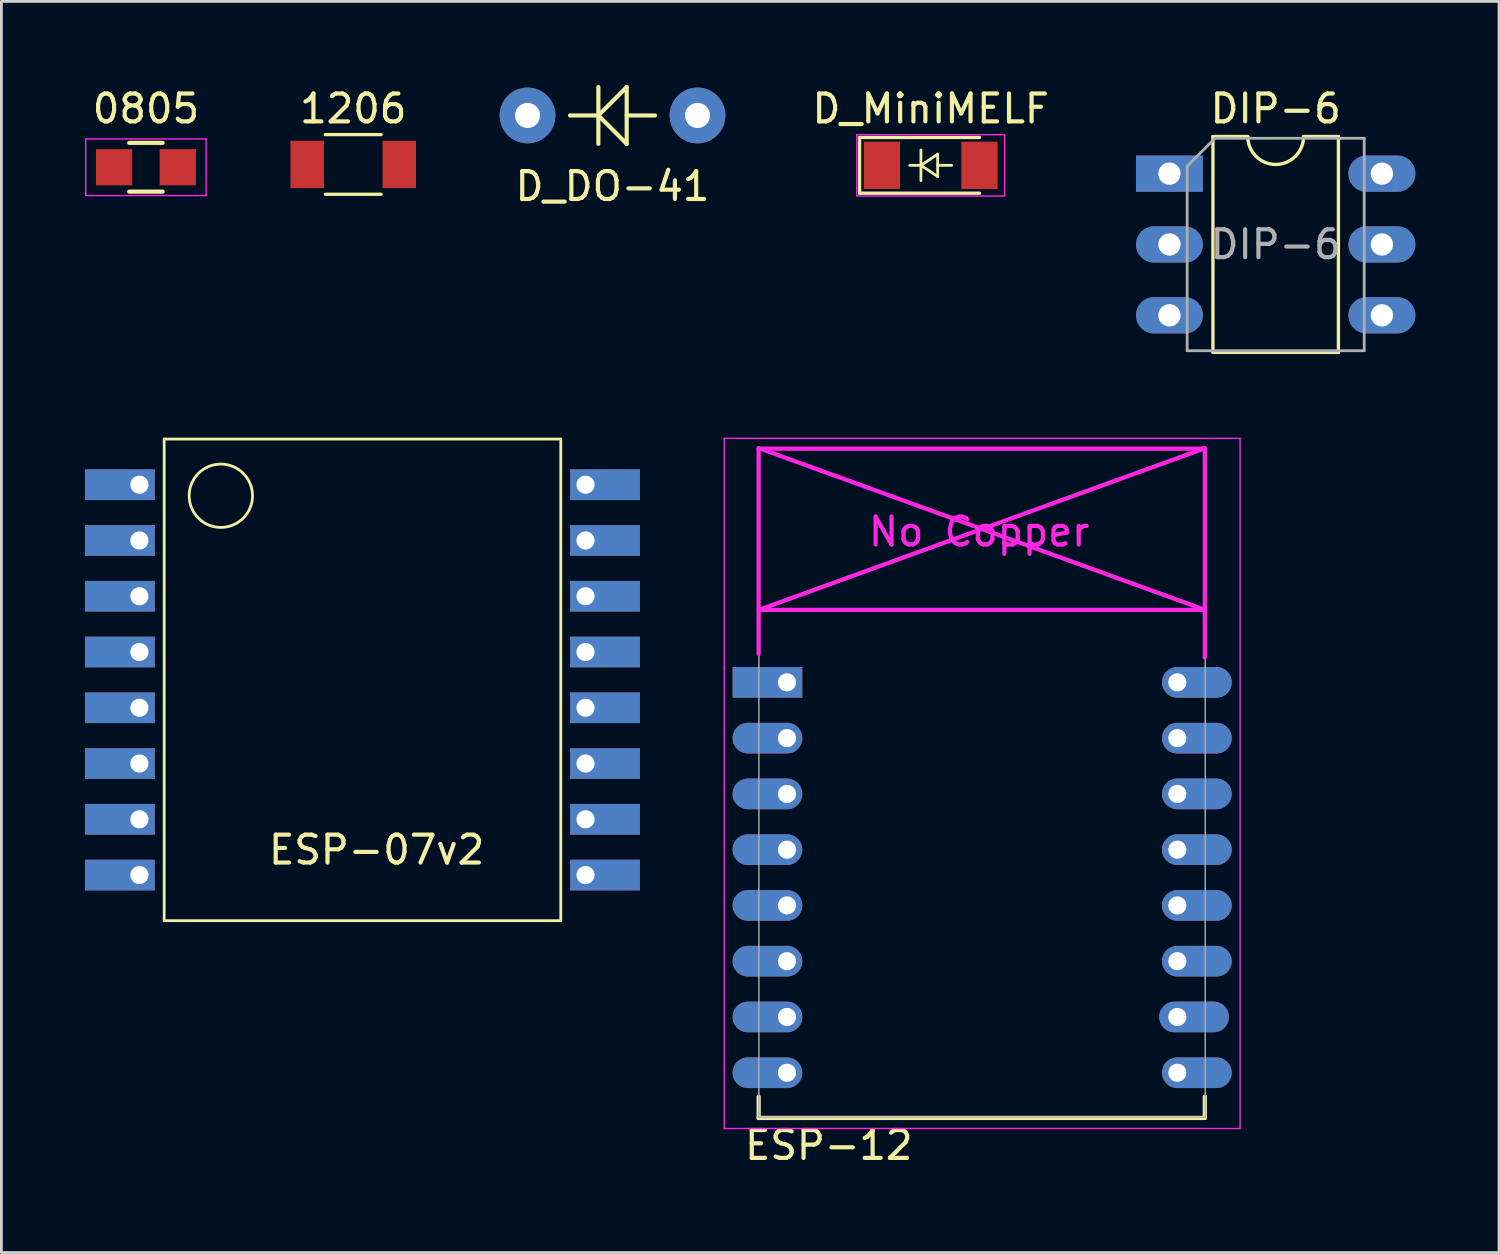
<source format=kicad_pcb>
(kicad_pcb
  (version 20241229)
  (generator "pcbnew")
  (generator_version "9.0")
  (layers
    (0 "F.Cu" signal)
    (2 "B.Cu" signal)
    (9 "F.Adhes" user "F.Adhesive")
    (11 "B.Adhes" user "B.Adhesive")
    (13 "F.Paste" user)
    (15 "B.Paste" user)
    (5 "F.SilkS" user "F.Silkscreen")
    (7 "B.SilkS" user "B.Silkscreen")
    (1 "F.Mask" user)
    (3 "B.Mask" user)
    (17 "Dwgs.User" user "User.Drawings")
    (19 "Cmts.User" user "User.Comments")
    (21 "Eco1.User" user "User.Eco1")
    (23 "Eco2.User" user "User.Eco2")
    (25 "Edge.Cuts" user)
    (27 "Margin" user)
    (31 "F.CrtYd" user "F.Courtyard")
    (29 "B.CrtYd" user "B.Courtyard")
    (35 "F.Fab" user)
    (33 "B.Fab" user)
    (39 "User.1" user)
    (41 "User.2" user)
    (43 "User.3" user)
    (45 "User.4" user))
  (footprint "D_MiniMELF"
    (layer "F.Cu")
    (at 30.329 2.88)
    (property "Reference" "D_MiniMELF" (at 0 -2.032 0) (layer "F.SilkS") (effects (font (size 1 1) (thickness 0.15))))
    (attr smd)
    (fp_line (start -2.55 -1) (end -2.55 1) (stroke (width 0.12) (type solid)) (layer "F.SilkS"))
    (fp_line (start -2.55 1) (end 1.75 1) (stroke (width 0.12) (type solid)) (layer "F.SilkS"))
    (fp_line (start -0.75 0) (end -0.35 0) (stroke (width 0.1) (type solid)) (layer "F.SilkS"))
    (fp_line (start -0.35 0) (end -0.35 -0.55) (stroke (width 0.1) (type solid)) (layer "F.SilkS"))
    (fp_line (start -0.35 0) (end -0.35 0.55) (stroke (width 0.1) (type solid)) (layer "F.SilkS"))
    (fp_line (start -0.35 0) (end 0.25 -0.4) (stroke (width 0.1) (type solid)) (layer "F.SilkS"))
    (fp_line (start 0.25 -0.4) (end 0.25 0.4) (stroke (width 0.1) (type solid)) (layer "F.SilkS"))
    (fp_line (start 0.25 0) (end 0.75 0) (stroke (width 0.1) (type solid)) (layer "F.SilkS"))
    (fp_line (start 0.25 0.4) (end -0.35 0) (stroke (width 0.1) (type solid)) (layer "F.SilkS"))
    (fp_line (start 1.75 -1) (end -2.55 -1) (stroke (width 0.12) (type solid)) (layer "F.SilkS"))
    (fp_line (start -2.65 -1.1) (end 2.65 -1.1) (stroke (width 0.05) (type solid)) (layer "F.CrtYd"))
    (fp_line (start -2.65 1.1) (end -2.65 -1.1) (stroke (width 0.05) (type solid)) (layer "F.CrtYd"))
    (fp_line (start 2.65 -1.1) (end 2.65 1.1) (stroke (width 0.05) (type solid)) (layer "F.CrtYd"))
    (fp_line (start 2.65 1.1) (end -2.65 1.1) (stroke (width 0.05) (type solid)) (layer "F.CrtYd"))
    (pad "1" smd rect (at -1.75 0) (size 1.3 1.7) (layers "F.Cu" "F.Mask" "F.Paste"))
    (pad "2" smd rect (at 1.75 0) (size 1.3 1.7) (layers "F.Cu" "F.Mask" "F.Paste")))
  (footprint "1206"
    (layer "F.Cu")
    (at 9.619 2.848)
    (property "Reference" "1206" (at 0 -2 0) (layer "F.SilkS") (effects (font (size 1 1) (thickness 0.15))))
    (attr smd)
    (fp_line (start -1 -1.07) (end 1 -1.07) (stroke (width 0.12) (type solid)) (layer "F.SilkS"))
    (fp_line (start 1 1.07) (end -1 1.07) (stroke (width 0.12) (type solid)) (layer "F.SilkS"))
    (pad "1" smd rect (at -1.651 0) (size 1.2 1.7) (layers "F.Cu" "F.Mask" "F.Paste"))
    (pad "2" smd rect (at 1.651 0) (size 1.2 1.7) (layers "F.Cu" "F.Mask" "F.Paste")))
  (footprint "0805"
    (layer "F.Cu")
    (at 2.184 2.948)
    (property "Reference" "0805" (at 0 -2.1 0) (layer "F.SilkS") (effects (font (size 1 1) (thickness 0.15))))
    (attr smd)
    (fp_line (start -0.6 -0.875) (end 0.6 -0.875) (stroke (width 0.15) (type solid)) (layer "F.SilkS"))
    (fp_line (start 0.6 0.875) (end -0.6 0.875) (stroke (width 0.15) (type solid)) (layer "F.SilkS"))
    (fp_line (start -2.159 -1.016) (end 2.159 -1.016) (stroke (width 0.05) (type solid)) (layer "F.CrtYd"))
    (fp_line (start -2.159 1.016) (end -2.159 -1.016) (stroke (width 0.05) (type solid)) (layer "F.CrtYd"))
    (fp_line (start -2.032 1.016) (end -2.159 1.016) (stroke (width 0.05) (type solid)) (layer "F.CrtYd"))
    (fp_line (start 2.159 -1.016) (end 2.159 1.016) (stroke (width 0.05) (type solid)) (layer "F.CrtYd"))
    (fp_line (start 2.159 1.016) (end -2.032 1.016) (stroke (width 0.05) (type solid)) (layer "F.CrtYd"))
    (pad "1" smd rect (at -1.143 0) (size 1.3 1.3) (layers "F.Cu" "F.Mask" "F.Paste"))
    (pad "2" smd rect (at 1.143 0) (size 1.3 1.3) (layers "F.Cu" "F.Mask" "F.Paste")))
  (footprint "D_DO-41"
    (layer "F.Cu")
    (at 18.918 1.091)
    (property "Reference" "D_DO-41" (at 0 2.54 0) (layer "F.SilkS") (effects (font (size 1 1) (thickness 0.15))))
    (attr through_hole)
    (fp_line (start -0.508 -1.016) (end -0.508 1.016) (stroke (width 0.15) (type solid)) (layer "F.SilkS"))
    (fp_line (start -0.508 0) (end -1.524 0) (stroke (width 0.15) (type solid)) (layer "F.SilkS"))
    (fp_line (start -0.508 0) (end 0.508 -1.016) (stroke (width 0.15) (type solid)) (layer "F.SilkS"))
    (fp_line (start 0.508 -1.016) (end 0.508 1.016) (stroke (width 0.15) (type solid)) (layer "F.SilkS"))
    (fp_line (start 0.508 0) (end 1.524 0) (stroke (width 0.15) (type solid)) (layer "F.SilkS"))
    (fp_line (start 0.508 1.016) (end -0.508 0) (stroke (width 0.15) (type solid)) (layer "F.SilkS"))
    (pad "1" thru_hole circle (at -3.048 0) (size 2 2) (drill 0.9) (layers "*.Cu" "*.Mask"))
    (pad "2" thru_hole circle (at 3.048 0) (size 2 2) (drill 0.9) (layers "*.Cu" "*.Mask")))
  (footprint "DIP-6"
    (layer "F.Cu")
    (at 42.692 5.67)
    (property "Reference" "DIP-6" (at 0.01 -4.822 0) (layer "F.SilkS") (effects (font (size 1 1) (thickness 0.15))))
    (attr through_hole)
    (fp_line (start -2.24 -3.822) (end -2.24 3.918) (stroke (width 0.12) (type solid)) (layer "F.SilkS"))
    (fp_line (start -2.24 3.918) (end 2.26 3.918) (stroke (width 0.12) (type solid)) (layer "F.SilkS"))
    (fp_line (start -0.99 -3.822) (end -2.24 -3.822) (stroke (width 0.12) (type solid)) (layer "F.SilkS"))
    (fp_line (start 2.26 -3.822) (end 1.01 -3.822) (stroke (width 0.12) (type solid)) (layer "F.SilkS"))
    (fp_line (start 2.26 3.918) (end 2.26 -3.822) (stroke (width 0.12) (type solid)) (layer "F.SilkS"))
    (fp_arc (start 1.01 -3.822) (mid 0.01 -2.822) (end -0.99 -3.822) (stroke (width 0.12) (type solid)) (layer "F.SilkS"))
    (fp_line (start -3.165 -2.762) (end -2.165 -3.762) (stroke (width 0.1) (type solid)) (layer "F.Fab"))
    (fp_line (start -3.165 3.858) (end -3.165 -2.762) (stroke (width 0.1) (type solid)) (layer "F.Fab"))
    (fp_line (start -2.165 -3.762) (end 3.185 -3.762) (stroke (width 0.1) (type solid)) (layer "F.Fab"))
    (fp_line (start 3.185 -3.762) (end 3.185 3.858) (stroke (width 0.1) (type solid)) (layer "F.Fab"))
    (fp_line (start 3.185 3.858) (end -3.165 3.858) (stroke (width 0.1) (type solid)) (layer "F.Fab"))
    (fp_text user "${REFERENCE}" (at 0.01 0.048 0) (layer "F.Fab") (effects (font (size 1 1) (thickness 0.15))))
    (pad "1" thru_hole rect (at -3.8 -2.492) (size 2.4 1.3) (drill 0.8) (layers "*.Cu" "*.Mask"))
    (pad "2" thru_hole oval (at -3.8 0.048) (size 2.4 1.3) (drill 0.8) (layers "*.Cu" "*.Mask"))
    (pad "3" thru_hole oval (at -3.8 2.588) (size 2.4 1.3) (drill 0.8) (layers "*.Cu" "*.Mask"))
    (pad "4" thru_hole oval (at 3.82 2.588) (size 2.4 1.3) (drill 0.8) (layers "*.Cu" "*.Mask"))
    (pad "5" thru_hole oval (at 3.82 0.048) (size 2.4 1.3) (drill 0.8) (layers "*.Cu" "*.Mask"))
    (pad "6" thru_hole oval (at 3.82 -2.492) (size 2.4 1.3) (drill 0.8) (layers "*.Cu" "*.Mask")))
  (footprint "ESP-07v2"
    (layer "F.Cu")
    (at 9.95 21.334)
    (property "Reference" "ESP-07v2" (at 0.508 6.096 0) (layer "F.SilkS") (effects (font (size 1 1) (thickness 0.15))))
    (attr through_hole)
    (fp_line (start -7.112 8.636) (end -7.112 -8.636) (stroke (width 0.1) (type solid)) (layer "F.SilkS"))
    (fp_line (start -7.112 8.636) (end 7.112 8.636) (stroke (width 0.1) (type solid)) (layer "F.SilkS"))
    (fp_line (start 7.112 -8.636) (end -7.112 -8.636) (stroke (width 0.1) (type solid)) (layer "F.SilkS"))
    (fp_line (start 7.112 -8.636) (end 7.112 8.636) (stroke (width 0.1) (type solid)) (layer "F.SilkS"))
    (fp_circle (center -5.08 -6.604) (end -4.572 -5.588) (stroke (width 0.1) (type solid)) (fill no) (layer "F.SilkS"))
    (pad "1" thru_hole rect (at -8 -7) (size 2.5 1.1) (drill 0.65 (offset -0.7 0)) (layers "*.Cu" "*.Mask"))
    (pad "2" thru_hole rect (at -8 -5) (size 2.5 1.1) (drill 0.65 (offset -0.7 0)) (layers "*.Cu" "*.Mask"))
    (pad "3" thru_hole rect (at -8 -3) (size 2.5 1.1) (drill 0.65 (offset -0.7 0)) (layers "*.Cu" "*.Mask"))
    (pad "4" thru_hole rect (at -8 -1) (size 2.5 1.1) (drill 0.65 (offset -0.7 0)) (layers "*.Cu" "*.Mask"))
    (pad "5" thru_hole rect (at -8 1) (size 2.5 1.1) (drill 0.65 (offset -0.7 0)) (layers "*.Cu" "*.Mask"))
    (pad "6" thru_hole rect (at -8 3) (size 2.5 1.1) (drill 0.65 (offset -0.7 0)) (layers "*.Cu" "*.Mask"))
    (pad "7" thru_hole rect (at -8 5) (size 2.5 1.1) (drill 0.65 (offset -0.7 0)) (layers "*.Cu" "*.Mask"))
    (pad "8" thru_hole rect (at -8 7) (size 2.5 1.1) (drill 0.65 (offset -0.7 0)) (layers "*.Cu" "*.Mask"))
    (pad "9" thru_hole rect (at 8 7) (size 2.5 1.1) (drill 0.65 (offset 0.7 0)) (layers "*.Cu" "*.Mask"))
    (pad "10" thru_hole rect (at 8 5) (size 2.5 1.1) (drill 0.65 (offset 0.7 0)) (layers "*.Cu" "*.Mask"))
    (pad "11" thru_hole rect (at 8 3) (size 2.5 1.1) (drill 0.65 (offset 0.7 0)) (layers "*.Cu" "*.Mask"))
    (pad "12" thru_hole rect (at 8 1) (size 2.5 1.1) (drill 0.65 (offset 0.7 0)) (layers "*.Cu" "*.Mask"))
    (pad "13" thru_hole rect (at 8 -1) (size 2.5 1.1) (drill 0.65 (offset 0.7 0)) (layers "*.Cu" "*.Mask"))
    (pad "14" thru_hole rect (at 8 -3) (size 2.5 1.1) (drill 0.65 (offset 0.7 0)) (layers "*.Cu" "*.Mask"))
    (pad "15" thru_hole rect (at 8 -5) (size 2.5 1.1) (drill 0.65 (offset 0.7 0)) (layers "*.Cu" "*.Mask"))
    (pad "16" thru_hole rect (at 8 -7) (size 2.5 1.1) (drill 0.65 (offset 0.7 0)) (layers "*.Cu" "*.Mask")))
  (footprint "ESP-12"
    (layer "F.Cu")
    (at 25.175 21.423)
    (property "Reference" "ESP-12" (at 1.5 16.6 0) (layer "F.SilkS") (effects (font (size 1 1) (thickness 0.15))))
    (attr through_hole)
    (fp_line (start -1.016 14.859) (end -1.016 15.621) (stroke (width 0.152) (type solid)) (layer "F.SilkS"))
    (fp_line (start -1.016 15.621) (end 14.986 15.621) (stroke (width 0.152) (type solid)) (layer "F.SilkS"))
    (fp_line (start 14.986 15.621) (end 14.986 14.859) (stroke (width 0.152) (type solid)) (layer "F.SilkS"))
    (fp_line (start -2.25 -8.75) (end 15.25 -8.75) (stroke (width 0.05) (type solid)) (layer "F.CrtYd"))
    (fp_line (start -2.25 -0.5) (end -2.25 -8.75) (stroke (width 0.05) (type solid)) (layer "F.CrtYd"))
    (fp_line (start -2.25 16) (end -2.25 -0.5) (stroke (width 0.05) (type solid)) (layer "F.CrtYd"))
    (fp_line (start -1.016 -8.382) (end -1.016 -1.016) (stroke (width 0.152) (type solid)) (layer "F.CrtYd"))
    (fp_line (start -1.016 -8.382) (end 14.986 -8.382) (stroke (width 0.152) (type solid)) (layer "F.CrtYd"))
    (fp_line (start -1.008 -8.4) (end 14.992 -2.6) (stroke (width 0.152) (type solid)) (layer "F.CrtYd"))
    (fp_line (start -1.008 -2.6) (end 14.992 -2.6) (stroke (width 0.152) (type solid)) (layer "F.CrtYd"))
    (fp_line (start 14.986 -8.382) (end 14.986 -0.889) (stroke (width 0.152) (type solid)) (layer "F.CrtYd"))
    (fp_line (start 14.992 -8.4) (end -1.008 -2.6) (stroke (width 0.152) (type solid)) (layer "F.CrtYd"))
    (fp_line (start 15.25 -8.75) (end 16.25 -8.75) (stroke (width 0.05) (type solid)) (layer "F.CrtYd"))
    (fp_line (start 16.25 -8.75) (end 16.25 16) (stroke (width 0.05) (type solid)) (layer "F.CrtYd"))
    (fp_line (start 16.25 16) (end -2.25 16) (stroke (width 0.05) (type solid)) (layer "F.CrtYd"))
    (fp_line (start -1.008 -8.4) (end 14.992 -8.4) (stroke (width 0.05) (type solid)) (layer "F.Fab"))
    (fp_line (start -1.008 15.6) (end -1.008 -8.4) (stroke (width 0.05) (type solid)) (layer "F.Fab"))
    (fp_line (start 14.992 15.6) (end -1.008 15.6) (stroke (width 0.05) (type solid)) (layer "F.Fab"))
    (fp_line (start 15 -8.4) (end 15 15.6) (stroke (width 0.05) (type solid)) (layer "F.Fab"))
    (fp_text user "No Copper" (at 6.892 -5.4 0) (layer "F.CrtYd") (effects (font (size 1 1) (thickness 0.15))))
    (pad "1" thru_hole rect (at 0 0) (size 2.5 1.1) (drill 0.65 (offset -0.7 0)) (layers "*.Cu" "*.Mask"))
    (pad "2" thru_hole oval (at 0 2) (size 2.5 1.1) (drill 0.65 (offset -0.7 0)) (layers "*.Cu" "*.Mask"))
    (pad "3" thru_hole oval (at 0 4) (size 2.5 1.1) (drill 0.65 (offset -0.7 0)) (layers "*.Cu" "*.Mask"))
    (pad "4" thru_hole oval (at 0 6) (size 2.5 1.1) (drill 0.65 (offset -0.7 0)) (layers "*.Cu" "*.Mask"))
    (pad "5" thru_hole oval (at 0 8) (size 2.5 1.1) (drill 0.65 (offset -0.7 0)) (layers "*.Cu" "*.Mask"))
    (pad "6" thru_hole oval (at 0 10) (size 2.5 1.1) (drill 0.65 (offset -0.7 0)) (layers "*.Cu" "*.Mask"))
    (pad "7" thru_hole oval (at 0 12) (size 2.5 1.1) (drill 0.65 (offset -0.7 0)) (layers "*.Cu" "*.Mask"))
    (pad "8" thru_hole oval (at 0 14) (size 2.5 1.1) (drill 0.65 (offset -0.7 0)) (layers "*.Cu" "*.Mask"))
    (pad "9" thru_hole oval (at 14 14) (size 2.5 1.1) (drill 0.65 (offset 0.7 0)) (layers "*.Cu" "*.Mask"))
    (pad "10" thru_hole oval (at 14 12) (size 2.5 1.1) (drill 0.65 (offset 0.6 0)) (layers "*.Cu" "*.Mask"))
    (pad "11" thru_hole oval (at 14 10) (size 2.5 1.1) (drill 0.65 (offset 0.7 0)) (layers "*.Cu" "*.Mask"))
    (pad "12" thru_hole oval (at 14 8) (size 2.5 1.1) (drill 0.65 (offset 0.7 0)) (layers "*.Cu" "*.Mask"))
    (pad "13" thru_hole oval (at 14 6) (size 2.5 1.1) (drill 0.65 (offset 0.7 0)) (layers "*.Cu" "*.Mask"))
    (pad "14" thru_hole oval (at 14 4) (size 2.5 1.1) (drill 0.65 (offset 0.7 0)) (layers "*.Cu" "*.Mask"))
    (pad "15" thru_hole oval (at 14 2) (size 2.5 1.1) (drill 0.65 (offset 0.7 0)) (layers "*.Cu" "*.Mask"))
    (pad "16" thru_hole oval (at 14 0) (size 2.5 1.1) (drill 0.65 (offset 0.7 0)) (layers "*.Cu" "*.Mask")))
  (gr_rect
    (start -3 -3)
    (end 50.712 41.871)
    (stroke (width 0.1) (type default))
    (fill no)
    (layer "Edge.Cuts")))
</source>
